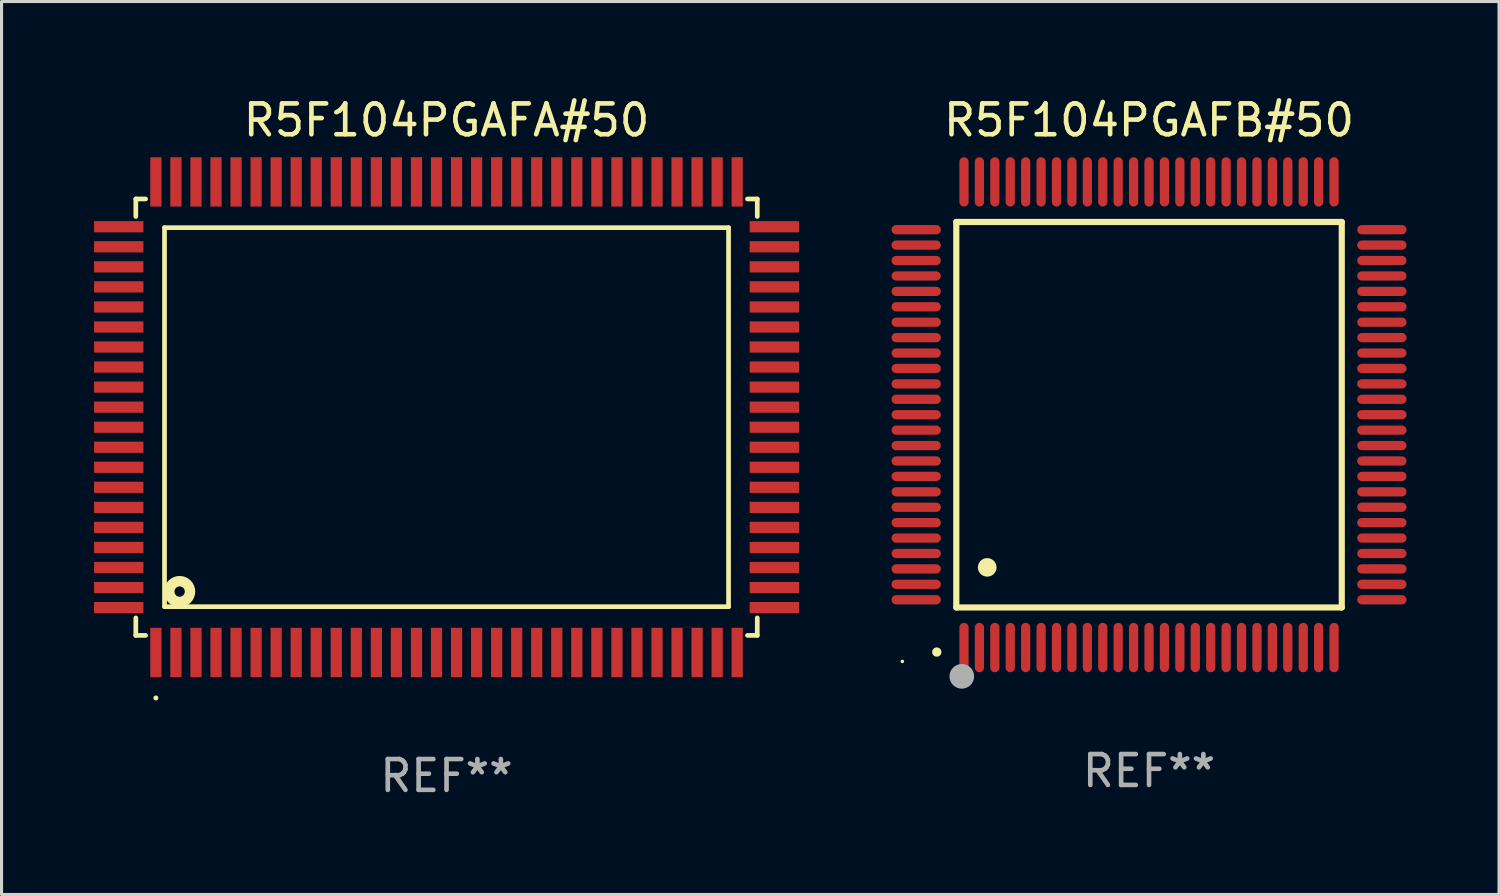
<source format=kicad_pcb>
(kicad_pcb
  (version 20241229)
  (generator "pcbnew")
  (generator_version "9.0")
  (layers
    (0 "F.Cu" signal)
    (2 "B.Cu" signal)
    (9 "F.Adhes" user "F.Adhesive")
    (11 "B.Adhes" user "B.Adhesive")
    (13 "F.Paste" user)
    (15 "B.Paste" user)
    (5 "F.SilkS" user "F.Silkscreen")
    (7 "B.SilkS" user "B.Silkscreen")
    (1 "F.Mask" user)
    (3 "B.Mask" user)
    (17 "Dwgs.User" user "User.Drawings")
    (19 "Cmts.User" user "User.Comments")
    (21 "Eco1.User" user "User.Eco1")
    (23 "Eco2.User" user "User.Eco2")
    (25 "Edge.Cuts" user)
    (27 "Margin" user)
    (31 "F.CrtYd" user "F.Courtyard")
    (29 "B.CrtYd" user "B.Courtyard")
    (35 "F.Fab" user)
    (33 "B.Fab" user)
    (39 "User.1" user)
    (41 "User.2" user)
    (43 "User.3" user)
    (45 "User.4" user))
  (footprint "R5F104PGAFA#50"
    (layer "F.Cu")
    (at 11.43 10.478)
    (property "Reference" "R5F104PGAFA#50" (at 0 -9.63 0) (layer "F.SilkS") (effects (font (size 1 1) (thickness 0.15))))
    (attr through_hole)
    (fp_line (start -10.076 -7.076) (end -10.076 -6.509) (stroke (width 0.152) (type solid)) (layer "F.SilkS"))
    (fp_line (start -10.076 7.076) (end -10.076 6.509) (stroke (width 0.152) (type solid)) (layer "F.SilkS"))
    (fp_line (start -9.759 -7.076) (end -10.076 -7.076) (stroke (width 0.152) (type solid)) (layer "F.SilkS"))
    (fp_line (start -9.759 7.076) (end -10.076 7.076) (stroke (width 0.152) (type solid)) (layer "F.SilkS"))
    (fp_line (start -9.145 -6.145) (end 9.145 -6.145) (stroke (width 0.152) (type solid)) (layer "F.SilkS"))
    (fp_line (start -9.145 6.145) (end -9.145 -6.145) (stroke (width 0.152) (type solid)) (layer "F.SilkS"))
    (fp_line (start 9.145 -6.145) (end 9.145 6.145) (stroke (width 0.152) (type solid)) (layer "F.SilkS"))
    (fp_line (start 9.145 6.145) (end -9.145 6.145) (stroke (width 0.152) (type solid)) (layer "F.SilkS"))
    (fp_line (start 9.759 -7.076) (end 10.076 -7.076) (stroke (width 0.152) (type solid)) (layer "F.SilkS"))
    (fp_line (start 9.759 7.076) (end 10.076 7.076) (stroke (width 0.152) (type solid)) (layer "F.SilkS"))
    (fp_line (start 10.076 -7.076) (end 10.076 -6.509) (stroke (width 0.152) (type solid)) (layer "F.SilkS"))
    (fp_line (start 10.076 7.076) (end 10.076 6.509) (stroke (width 0.152) (type solid)) (layer "F.SilkS"))
    (fp_circle (center -9.425 9.105) (end -9.384 9.105) (stroke (width 0.081) (type solid)) (fill no) (layer "F.SilkS"))
    (fp_circle (center -8.655 5.655) (end -8.487 5.655) (stroke (width 0.338) (type solid)) (fill no) (layer "F.SilkS"))
    (fp_text user "REF**" (at 0 11.63 0) (layer "F.Fab") (effects (font (size 1 1) (thickness 0.15))))
    (pad "1" smd rect (at -9.425 7.63) (size 0.364 1.6) (layers "F.Cu" "F.Mask" "F.Paste"))
    (pad "2" smd rect (at -8.775 7.63) (size 0.364 1.6) (layers "F.Cu" "F.Mask" "F.Paste"))
    (pad "3" smd rect (at -8.125 7.63) (size 0.364 1.6) (layers "F.Cu" "F.Mask" "F.Paste"))
    (pad "4" smd rect (at -7.475 7.63) (size 0.364 1.6) (layers "F.Cu" "F.Mask" "F.Paste"))
    (pad "5" smd rect (at -6.825 7.63) (size 0.364 1.6) (layers "F.Cu" "F.Mask" "F.Paste"))
    (pad "6" smd rect (at -6.175 7.63) (size 0.364 1.6) (layers "F.Cu" "F.Mask" "F.Paste"))
    (pad "7" smd rect (at -5.525 7.63) (size 0.364 1.6) (layers "F.Cu" "F.Mask" "F.Paste"))
    (pad "8" smd rect (at -4.875 7.63) (size 0.364 1.6) (layers "F.Cu" "F.Mask" "F.Paste"))
    (pad "9" smd rect (at -4.225 7.63) (size 0.364 1.6) (layers "F.Cu" "F.Mask" "F.Paste"))
    (pad "10" smd rect (at -3.575 7.63) (size 0.364 1.6) (layers "F.Cu" "F.Mask" "F.Paste"))
    (pad "11" smd rect (at -2.925 7.63) (size 0.364 1.6) (layers "F.Cu" "F.Mask" "F.Paste"))
    (pad "12" smd rect (at -2.275 7.63) (size 0.364 1.6) (layers "F.Cu" "F.Mask" "F.Paste"))
    (pad "13" smd rect (at -1.625 7.63) (size 0.364 1.6) (layers "F.Cu" "F.Mask" "F.Paste"))
    (pad "14" smd rect (at -0.975 7.63) (size 0.364 1.6) (layers "F.Cu" "F.Mask" "F.Paste"))
    (pad "15" smd rect (at -0.325 7.63) (size 0.364 1.6) (layers "F.Cu" "F.Mask" "F.Paste"))
    (pad "16" smd rect (at 0.325 7.63) (size 0.364 1.6) (layers "F.Cu" "F.Mask" "F.Paste"))
    (pad "17" smd rect (at 0.975 7.63) (size 0.364 1.6) (layers "F.Cu" "F.Mask" "F.Paste"))
    (pad "18" smd rect (at 1.625 7.63) (size 0.364 1.6) (layers "F.Cu" "F.Mask" "F.Paste"))
    (pad "19" smd rect (at 2.275 7.63) (size 0.364 1.6) (layers "F.Cu" "F.Mask" "F.Paste"))
    (pad "20" smd rect (at 2.925 7.63) (size 0.364 1.6) (layers "F.Cu" "F.Mask" "F.Paste"))
    (pad "21" smd rect (at 3.575 7.63) (size 0.364 1.6) (layers "F.Cu" "F.Mask" "F.Paste"))
    (pad "22" smd rect (at 4.225 7.63) (size 0.364 1.6) (layers "F.Cu" "F.Mask" "F.Paste"))
    (pad "23" smd rect (at 4.875 7.63) (size 0.364 1.6) (layers "F.Cu" "F.Mask" "F.Paste"))
    (pad "24" smd rect (at 5.525 7.63) (size 0.364 1.6) (layers "F.Cu" "F.Mask" "F.Paste"))
    (pad "25" smd rect (at 6.175 7.63) (size 0.364 1.6) (layers "F.Cu" "F.Mask" "F.Paste"))
    (pad "26" smd rect (at 6.825 7.63) (size 0.364 1.6) (layers "F.Cu" "F.Mask" "F.Paste"))
    (pad "27" smd rect (at 7.475 7.63) (size 0.364 1.6) (layers "F.Cu" "F.Mask" "F.Paste"))
    (pad "28" smd rect (at 8.125 7.63) (size 0.364 1.6) (layers "F.Cu" "F.Mask" "F.Paste"))
    (pad "29" smd rect (at 8.775 7.63) (size 0.364 1.6) (layers "F.Cu" "F.Mask" "F.Paste"))
    (pad "30" smd rect (at 9.425 7.63) (size 0.364 1.6) (layers "F.Cu" "F.Mask" "F.Paste"))
    (pad "31" smd rect (at 10.63 6.175) (size 1.6 0.364) (layers "F.Cu" "F.Mask" "F.Paste"))
    (pad "32" smd rect (at 10.63 5.525) (size 1.6 0.364) (layers "F.Cu" "F.Mask" "F.Paste"))
    (pad "33" smd rect (at 10.63 4.875) (size 1.6 0.364) (layers "F.Cu" "F.Mask" "F.Paste"))
    (pad "34" smd rect (at 10.63 4.225) (size 1.6 0.364) (layers "F.Cu" "F.Mask" "F.Paste"))
    (pad "35" smd rect (at 10.63 3.575) (size 1.6 0.364) (layers "F.Cu" "F.Mask" "F.Paste"))
    (pad "36" smd rect (at 10.63 2.925) (size 1.6 0.364) (layers "F.Cu" "F.Mask" "F.Paste"))
    (pad "37" smd rect (at 10.63 2.275) (size 1.6 0.364) (layers "F.Cu" "F.Mask" "F.Paste"))
    (pad "38" smd rect (at 10.63 1.625) (size 1.6 0.364) (layers "F.Cu" "F.Mask" "F.Paste"))
    (pad "39" smd rect (at 10.63 0.975) (size 1.6 0.364) (layers "F.Cu" "F.Mask" "F.Paste"))
    (pad "40" smd rect (at 10.63 0.325) (size 1.6 0.364) (layers "F.Cu" "F.Mask" "F.Paste"))
    (pad "41" smd rect (at 10.63 -0.325) (size 1.6 0.364) (layers "F.Cu" "F.Mask" "F.Paste"))
    (pad "42" smd rect (at 10.63 -0.975) (size 1.6 0.364) (layers "F.Cu" "F.Mask" "F.Paste"))
    (pad "43" smd rect (at 10.63 -1.625) (size 1.6 0.364) (layers "F.Cu" "F.Mask" "F.Paste"))
    (pad "44" smd rect (at 10.63 -2.275) (size 1.6 0.364) (layers "F.Cu" "F.Mask" "F.Paste"))
    (pad "45" smd rect (at 10.63 -2.925) (size 1.6 0.364) (layers "F.Cu" "F.Mask" "F.Paste"))
    (pad "46" smd rect (at 10.63 -3.575) (size 1.6 0.364) (layers "F.Cu" "F.Mask" "F.Paste"))
    (pad "47" smd rect (at 10.63 -4.225) (size 1.6 0.364) (layers "F.Cu" "F.Mask" "F.Paste"))
    (pad "48" smd rect (at 10.63 -4.875) (size 1.6 0.364) (layers "F.Cu" "F.Mask" "F.Paste"))
    (pad "49" smd rect (at 10.63 -5.525) (size 1.6 0.364) (layers "F.Cu" "F.Mask" "F.Paste"))
    (pad "50" smd rect (at 10.63 -6.175) (size 1.6 0.364) (layers "F.Cu" "F.Mask" "F.Paste"))
    (pad "51" smd rect (at 9.425 -7.63) (size 0.364 1.6) (layers "F.Cu" "F.Mask" "F.Paste"))
    (pad "52" smd rect (at 8.775 -7.63) (size 0.364 1.6) (layers "F.Cu" "F.Mask" "F.Paste"))
    (pad "53" smd rect (at 8.125 -7.63) (size 0.364 1.6) (layers "F.Cu" "F.Mask" "F.Paste"))
    (pad "54" smd rect (at 7.475 -7.63) (size 0.364 1.6) (layers "F.Cu" "F.Mask" "F.Paste"))
    (pad "55" smd rect (at 6.825 -7.63) (size 0.364 1.6) (layers "F.Cu" "F.Mask" "F.Paste"))
    (pad "56" smd rect (at 6.175 -7.63) (size 0.364 1.6) (layers "F.Cu" "F.Mask" "F.Paste"))
    (pad "57" smd rect (at 5.525 -7.63) (size 0.364 1.6) (layers "F.Cu" "F.Mask" "F.Paste"))
    (pad "58" smd rect (at 4.875 -7.63) (size 0.364 1.6) (layers "F.Cu" "F.Mask" "F.Paste"))
    (pad "59" smd rect (at 4.225 -7.63) (size 0.364 1.6) (layers "F.Cu" "F.Mask" "F.Paste"))
    (pad "60" smd rect (at 3.575 -7.63) (size 0.364 1.6) (layers "F.Cu" "F.Mask" "F.Paste"))
    (pad "61" smd rect (at 2.925 -7.63) (size 0.364 1.6) (layers "F.Cu" "F.Mask" "F.Paste"))
    (pad "62" smd rect (at 2.275 -7.63) (size 0.364 1.6) (layers "F.Cu" "F.Mask" "F.Paste"))
    (pad "63" smd rect (at 1.625 -7.63) (size 0.364 1.6) (layers "F.Cu" "F.Mask" "F.Paste"))
    (pad "64" smd rect (at 0.975 -7.63) (size 0.364 1.6) (layers "F.Cu" "F.Mask" "F.Paste"))
    (pad "65" smd rect (at 0.325 -7.63) (size 0.364 1.6) (layers "F.Cu" "F.Mask" "F.Paste"))
    (pad "66" smd rect (at -0.325 -7.63) (size 0.364 1.6) (layers "F.Cu" "F.Mask" "F.Paste"))
    (pad "67" smd rect (at -0.975 -7.63) (size 0.364 1.6) (layers "F.Cu" "F.Mask" "F.Paste"))
    (pad "68" smd rect (at -1.625 -7.63) (size 0.364 1.6) (layers "F.Cu" "F.Mask" "F.Paste"))
    (pad "69" smd rect (at -2.275 -7.63) (size 0.364 1.6) (layers "F.Cu" "F.Mask" "F.Paste"))
    (pad "70" smd rect (at -2.925 -7.63) (size 0.364 1.6) (layers "F.Cu" "F.Mask" "F.Paste"))
    (pad "71" smd rect (at -3.575 -7.63) (size 0.364 1.6) (layers "F.Cu" "F.Mask" "F.Paste"))
    (pad "72" smd rect (at -4.225 -7.63) (size 0.364 1.6) (layers "F.Cu" "F.Mask" "F.Paste"))
    (pad "73" smd rect (at -4.875 -7.63) (size 0.364 1.6) (layers "F.Cu" "F.Mask" "F.Paste"))
    (pad "74" smd rect (at -5.525 -7.63) (size 0.364 1.6) (layers "F.Cu" "F.Mask" "F.Paste"))
    (pad "75" smd rect (at -6.175 -7.63) (size 0.364 1.6) (layers "F.Cu" "F.Mask" "F.Paste"))
    (pad "76" smd rect (at -6.825 -7.63) (size 0.364 1.6) (layers "F.Cu" "F.Mask" "F.Paste"))
    (pad "77" smd rect (at -7.475 -7.63) (size 0.364 1.6) (layers "F.Cu" "F.Mask" "F.Paste"))
    (pad "78" smd rect (at -8.125 -7.63) (size 0.364 1.6) (layers "F.Cu" "F.Mask" "F.Paste"))
    (pad "79" smd rect (at -8.775 -7.63) (size 0.364 1.6) (layers "F.Cu" "F.Mask" "F.Paste"))
    (pad "80" smd rect (at -9.425 -7.63) (size 0.364 1.6) (layers "F.Cu" "F.Mask" "F.Paste"))
    (pad "81" smd rect (at -10.63 -6.175) (size 1.6 0.364) (layers "F.Cu" "F.Mask" "F.Paste"))
    (pad "82" smd rect (at -10.63 -5.525) (size 1.6 0.364) (layers "F.Cu" "F.Mask" "F.Paste"))
    (pad "83" smd rect (at -10.63 -4.875) (size 1.6 0.364) (layers "F.Cu" "F.Mask" "F.Paste"))
    (pad "84" smd rect (at -10.63 -4.225) (size 1.6 0.364) (layers "F.Cu" "F.Mask" "F.Paste"))
    (pad "85" smd rect (at -10.63 -3.575) (size 1.6 0.364) (layers "F.Cu" "F.Mask" "F.Paste"))
    (pad "86" smd rect (at -10.63 -2.925) (size 1.6 0.364) (layers "F.Cu" "F.Mask" "F.Paste"))
    (pad "87" smd rect (at -10.63 -2.275) (size 1.6 0.364) (layers "F.Cu" "F.Mask" "F.Paste"))
    (pad "88" smd rect (at -10.63 -1.625) (size 1.6 0.364) (layers "F.Cu" "F.Mask" "F.Paste"))
    (pad "89" smd rect (at -10.63 -0.975) (size 1.6 0.364) (layers "F.Cu" "F.Mask" "F.Paste"))
    (pad "90" smd rect (at -10.63 -0.325) (size 1.6 0.364) (layers "F.Cu" "F.Mask" "F.Paste"))
    (pad "91" smd rect (at -10.63 0.325) (size 1.6 0.364) (layers "F.Cu" "F.Mask" "F.Paste"))
    (pad "92" smd rect (at -10.63 0.975) (size 1.6 0.364) (layers "F.Cu" "F.Mask" "F.Paste"))
    (pad "93" smd rect (at -10.63 1.625) (size 1.6 0.364) (layers "F.Cu" "F.Mask" "F.Paste"))
    (pad "94" smd rect (at -10.63 2.275) (size 1.6 0.364) (layers "F.Cu" "F.Mask" "F.Paste"))
    (pad "95" smd rect (at -10.63 2.925) (size 1.6 0.364) (layers "F.Cu" "F.Mask" "F.Paste"))
    (pad "96" smd rect (at -10.63 3.575) (size 1.6 0.364) (layers "F.Cu" "F.Mask" "F.Paste"))
    (pad "97" smd rect (at -10.63 4.225) (size 1.6 0.364) (layers "F.Cu" "F.Mask" "F.Paste"))
    (pad "98" smd rect (at -10.63 4.875) (size 1.6 0.364) (layers "F.Cu" "F.Mask" "F.Paste"))
    (pad "99" smd rect (at -10.63 5.525) (size 1.6 0.364) (layers "F.Cu" "F.Mask" "F.Paste"))
    (pad "100" smd rect (at -10.63 6.175) (size 1.6 0.364) (layers "F.Cu" "F.Mask" "F.Paste")))
  (footprint "R5F104PGAFB#50"
    (layer "F.Cu")
    (at 34.21 10.398)
    (property "Reference" "R5F104PGAFB#50" (at 0 -9.55 0) (layer "F.SilkS") (effects (font (size 1 1) (thickness 0.15))))
    (attr through_hole)
    (fp_line (start -6.25 -6.25) (end -6.25 6.25) (stroke (width 0.2) (type solid)) (layer "F.SilkS"))
    (fp_line (start -6.25 6.25) (end 6.25 6.25) (stroke (width 0.2) (type solid)) (layer "F.SilkS"))
    (fp_line (start 6.25 -6.25) (end -6.25 -6.25) (stroke (width 0.2) (type solid)) (layer "F.SilkS"))
    (fp_line (start 6.25 6.25) (end 6.25 -6.25) (stroke (width 0.2) (type solid)) (layer "F.SilkS"))
    (fp_arc (start -6.883414 7.696215) (mid -6.882144 7.69621) (end -6.880874 7.696215) (stroke (width 0.3) (type solid)) (layer "F.SilkS"))
    (fp_arc (start -5.250191 4.95047) (mid -5.247651 4.950459) (end -5.245111 4.95047) (stroke (width 0.6) (type solid)) (layer "F.SilkS"))
    (fp_circle (center -8 8) (end -7.97 8) (stroke (width 0.06) (type solid)) (fill no) (layer "F.SilkS"))
    (fp_circle (center -6.071 8.484) (end -5.871 8.484) (stroke (width 0.4) (type solid)) (fill no) (layer "F.Fab"))
    (fp_text user "REF**" (at 0 11.55 0) (layer "F.Fab") (effects (font (size 1 1) (thickness 0.15))))
    (pad "1" smd oval (at -6 7.55) (size 0.3 1.6) (layers "F.Cu" "F.Mask" "F.Paste"))
    (pad "2" smd oval (at -5.5 7.55) (size 0.3 1.6) (layers "F.Cu" "F.Mask" "F.Paste"))
    (pad "3" smd oval (at -5 7.55) (size 0.3 1.6) (layers "F.Cu" "F.Mask" "F.Paste"))
    (pad "4" smd oval (at -4.5 7.55) (size 0.3 1.6) (layers "F.Cu" "F.Mask" "F.Paste"))
    (pad "5" smd oval (at -4 7.55) (size 0.3 1.6) (layers "F.Cu" "F.Mask" "F.Paste"))
    (pad "6" smd oval (at -3.5 7.55) (size 0.3 1.6) (layers "F.Cu" "F.Mask" "F.Paste"))
    (pad "7" smd oval (at -3 7.55) (size 0.3 1.6) (layers "F.Cu" "F.Mask" "F.Paste"))
    (pad "8" smd oval (at -2.5 7.55) (size 0.3 1.6) (layers "F.Cu" "F.Mask" "F.Paste"))
    (pad "9" smd oval (at -2 7.55) (size 0.3 1.6) (layers "F.Cu" "F.Mask" "F.Paste"))
    (pad "10" smd oval (at -1.5 7.55) (size 0.3 1.6) (layers "F.Cu" "F.Mask" "F.Paste"))
    (pad "11" smd oval (at -1 7.55) (size 0.3 1.6) (layers "F.Cu" "F.Mask" "F.Paste"))
    (pad "12" smd oval (at -0.5 7.55) (size 0.3 1.6) (layers "F.Cu" "F.Mask" "F.Paste"))
    (pad "13" smd oval (at 0 7.55) (size 0.3 1.6) (layers "F.Cu" "F.Mask" "F.Paste"))
    (pad "14" smd oval (at 0.5 7.55) (size 0.3 1.6) (layers "F.Cu" "F.Mask" "F.Paste"))
    (pad "15" smd oval (at 1 7.55) (size 0.3 1.6) (layers "F.Cu" "F.Mask" "F.Paste"))
    (pad "16" smd oval (at 1.5 7.55) (size 0.3 1.6) (layers "F.Cu" "F.Mask" "F.Paste"))
    (pad "17" smd oval (at 2 7.55) (size 0.3 1.6) (layers "F.Cu" "F.Mask" "F.Paste"))
    (pad "18" smd oval (at 2.5 7.55) (size 0.3 1.6) (layers "F.Cu" "F.Mask" "F.Paste"))
    (pad "19" smd oval (at 3 7.55) (size 0.3 1.6) (layers "F.Cu" "F.Mask" "F.Paste"))
    (pad "20" smd oval (at 3.5 7.55) (size 0.3 1.6) (layers "F.Cu" "F.Mask" "F.Paste"))
    (pad "21" smd oval (at 4 7.55) (size 0.3 1.6) (layers "F.Cu" "F.Mask" "F.Paste"))
    (pad "22" smd oval (at 4.5 7.55) (size 0.3 1.6) (layers "F.Cu" "F.Mask" "F.Paste"))
    (pad "23" smd oval (at 5 7.55) (size 0.3 1.6) (layers "F.Cu" "F.Mask" "F.Paste"))
    (pad "24" smd oval (at 5.5 7.55) (size 0.3 1.6) (layers "F.Cu" "F.Mask" "F.Paste"))
    (pad "25" smd oval (at 6 7.55) (size 0.3 1.6) (layers "F.Cu" "F.Mask" "F.Paste"))
    (pad "26" smd oval (at 7.55 6) (size 1.6 0.3) (layers "F.Cu" "F.Mask" "F.Paste"))
    (pad "27" smd oval (at 7.55 5.5) (size 1.6 0.3) (layers "F.Cu" "F.Mask" "F.Paste"))
    (pad "28" smd oval (at 7.55 5) (size 1.6 0.3) (layers "F.Cu" "F.Mask" "F.Paste"))
    (pad "29" smd oval (at 7.55 4.5) (size 1.6 0.3) (layers "F.Cu" "F.Mask" "F.Paste"))
    (pad "30" smd oval (at 7.55 4) (size 1.6 0.3) (layers "F.Cu" "F.Mask" "F.Paste"))
    (pad "31" smd oval (at 7.55 3.5) (size 1.6 0.3) (layers "F.Cu" "F.Mask" "F.Paste"))
    (pad "32" smd oval (at 7.55 3) (size 1.6 0.3) (layers "F.Cu" "F.Mask" "F.Paste"))
    (pad "33" smd oval (at 7.55 2.5) (size 1.6 0.3) (layers "F.Cu" "F.Mask" "F.Paste"))
    (pad "34" smd oval (at 7.55 2) (size 1.6 0.3) (layers "F.Cu" "F.Mask" "F.Paste"))
    (pad "35" smd oval (at 7.55 1.5) (size 1.6 0.3) (layers "F.Cu" "F.Mask" "F.Paste"))
    (pad "36" smd oval (at 7.55 1) (size 1.6 0.3) (layers "F.Cu" "F.Mask" "F.Paste"))
    (pad "37" smd oval (at 7.55 0.5) (size 1.6 0.3) (layers "F.Cu" "F.Mask" "F.Paste"))
    (pad "38" smd oval (at 7.55 0) (size 1.6 0.3) (layers "F.Cu" "F.Mask" "F.Paste"))
    (pad "39" smd oval (at 7.55 -0.5) (size 1.6 0.3) (layers "F.Cu" "F.Mask" "F.Paste"))
    (pad "40" smd oval (at 7.55 -1) (size 1.6 0.3) (layers "F.Cu" "F.Mask" "F.Paste"))
    (pad "41" smd oval (at 7.55 -1.5) (size 1.6 0.3) (layers "F.Cu" "F.Mask" "F.Paste"))
    (pad "42" smd oval (at 7.55 -2) (size 1.6 0.3) (layers "F.Cu" "F.Mask" "F.Paste"))
    (pad "43" smd oval (at 7.55 -2.5) (size 1.6 0.3) (layers "F.Cu" "F.Mask" "F.Paste"))
    (pad "44" smd oval (at 7.55 -3) (size 1.6 0.3) (layers "F.Cu" "F.Mask" "F.Paste"))
    (pad "45" smd oval (at 7.55 -3.5) (size 1.6 0.3) (layers "F.Cu" "F.Mask" "F.Paste"))
    (pad "46" smd oval (at 7.55 -4) (size 1.6 0.3) (layers "F.Cu" "F.Mask" "F.Paste"))
    (pad "47" smd oval (at 7.55 -4.5) (size 1.6 0.3) (layers "F.Cu" "F.Mask" "F.Paste"))
    (pad "48" smd oval (at 7.55 -5) (size 1.6 0.3) (layers "F.Cu" "F.Mask" "F.Paste"))
    (pad "49" smd oval (at 7.55 -5.5) (size 1.6 0.3) (layers "F.Cu" "F.Mask" "F.Paste"))
    (pad "50" smd oval (at 7.55 -6) (size 1.6 0.3) (layers "F.Cu" "F.Mask" "F.Paste"))
    (pad "51" smd oval (at 6 -7.55) (size 0.3 1.6) (layers "F.Cu" "F.Mask" "F.Paste"))
    (pad "52" smd oval (at 5.5 -7.55) (size 0.3 1.6) (layers "F.Cu" "F.Mask" "F.Paste"))
    (pad "53" smd oval (at 5 -7.55) (size 0.3 1.6) (layers "F.Cu" "F.Mask" "F.Paste"))
    (pad "54" smd oval (at 4.5 -7.55) (size 0.3 1.6) (layers "F.Cu" "F.Mask" "F.Paste"))
    (pad "55" smd oval (at 4 -7.55) (size 0.3 1.6) (layers "F.Cu" "F.Mask" "F.Paste"))
    (pad "56" smd oval (at 3.5 -7.55) (size 0.3 1.6) (layers "F.Cu" "F.Mask" "F.Paste"))
    (pad "57" smd oval (at 3 -7.55) (size 0.3 1.6) (layers "F.Cu" "F.Mask" "F.Paste"))
    (pad "58" smd oval (at 2.5 -7.55) (size 0.3 1.6) (layers "F.Cu" "F.Mask" "F.Paste"))
    (pad "59" smd oval (at 2 -7.55) (size 0.3 1.6) (layers "F.Cu" "F.Mask" "F.Paste"))
    (pad "60" smd oval (at 1.5 -7.55) (size 0.3 1.6) (layers "F.Cu" "F.Mask" "F.Paste"))
    (pad "61" smd oval (at 1 -7.55) (size 0.3 1.6) (layers "F.Cu" "F.Mask" "F.Paste"))
    (pad "62" smd oval (at 0.5 -7.55) (size 0.3 1.6) (layers "F.Cu" "F.Mask" "F.Paste"))
    (pad "63" smd oval (at 0 -7.55) (size 0.3 1.6) (layers "F.Cu" "F.Mask" "F.Paste"))
    (pad "64" smd oval (at -0.5 -7.55) (size 0.3 1.6) (layers "F.Cu" "F.Mask" "F.Paste"))
    (pad "65" smd oval (at -1 -7.55) (size 0.3 1.6) (layers "F.Cu" "F.Mask" "F.Paste"))
    (pad "66" smd oval (at -1.5 -7.55) (size 0.3 1.6) (layers "F.Cu" "F.Mask" "F.Paste"))
    (pad "67" smd oval (at -2 -7.55) (size 0.3 1.6) (layers "F.Cu" "F.Mask" "F.Paste"))
    (pad "68" smd oval (at -2.5 -7.55) (size 0.3 1.6) (layers "F.Cu" "F.Mask" "F.Paste"))
    (pad "69" smd oval (at -3 -7.55) (size 0.3 1.6) (layers "F.Cu" "F.Mask" "F.Paste"))
    (pad "70" smd oval (at -3.5 -7.55) (size 0.3 1.6) (layers "F.Cu" "F.Mask" "F.Paste"))
    (pad "71" smd oval (at -4 -7.55) (size 0.3 1.6) (layers "F.Cu" "F.Mask" "F.Paste"))
    (pad "72" smd oval (at -4.5 -7.55) (size 0.3 1.6) (layers "F.Cu" "F.Mask" "F.Paste"))
    (pad "73" smd oval (at -5 -7.55) (size 0.3 1.6) (layers "F.Cu" "F.Mask" "F.Paste"))
    (pad "74" smd oval (at -5.5 -7.55) (size 0.3 1.6) (layers "F.Cu" "F.Mask" "F.Paste"))
    (pad "75" smd oval (at -6 -7.55) (size 0.3 1.6) (layers "F.Cu" "F.Mask" "F.Paste"))
    (pad "76" smd oval (at -7.55 -6) (size 1.6 0.3) (layers "F.Cu" "F.Mask" "F.Paste"))
    (pad "77" smd oval (at -7.55 -5.5) (size 1.6 0.3) (layers "F.Cu" "F.Mask" "F.Paste"))
    (pad "78" smd oval (at -7.55 -5) (size 1.6 0.3) (layers "F.Cu" "F.Mask" "F.Paste"))
    (pad "79" smd oval (at -7.55 -4.5) (size 1.6 0.3) (layers "F.Cu" "F.Mask" "F.Paste"))
    (pad "80" smd oval (at -7.55 -4) (size 1.6 0.3) (layers "F.Cu" "F.Mask" "F.Paste"))
    (pad "81" smd oval (at -7.55 -3.5) (size 1.6 0.3) (layers "F.Cu" "F.Mask" "F.Paste"))
    (pad "82" smd oval (at -7.55 -3) (size 1.6 0.3) (layers "F.Cu" "F.Mask" "F.Paste"))
    (pad "83" smd oval (at -7.55 -2.5) (size 1.6 0.3) (layers "F.Cu" "F.Mask" "F.Paste"))
    (pad "84" smd oval (at -7.55 -2) (size 1.6 0.3) (layers "F.Cu" "F.Mask" "F.Paste"))
    (pad "85" smd oval (at -7.55 -1.5) (size 1.6 0.3) (layers "F.Cu" "F.Mask" "F.Paste"))
    (pad "86" smd oval (at -7.55 -1) (size 1.6 0.3) (layers "F.Cu" "F.Mask" "F.Paste"))
    (pad "87" smd oval (at -7.55 -0.5) (size 1.6 0.3) (layers "F.Cu" "F.Mask" "F.Paste"))
    (pad "88" smd oval (at -7.55 0) (size 1.6 0.3) (layers "F.Cu" "F.Mask" "F.Paste"))
    (pad "89" smd oval (at -7.55 0.5) (size 1.6 0.3) (layers "F.Cu" "F.Mask" "F.Paste"))
    (pad "90" smd oval (at -7.55 1) (size 1.6 0.3) (layers "F.Cu" "F.Mask" "F.Paste"))
    (pad "91" smd oval (at -7.55 1.5) (size 1.6 0.3) (layers "F.Cu" "F.Mask" "F.Paste"))
    (pad "92" smd oval (at -7.55 2) (size 1.6 0.3) (layers "F.Cu" "F.Mask" "F.Paste"))
    (pad "93" smd oval (at -7.55 2.5) (size 1.6 0.3) (layers "F.Cu" "F.Mask" "F.Paste"))
    (pad "94" smd oval (at -7.55 3) (size 1.6 0.3) (layers "F.Cu" "F.Mask" "F.Paste"))
    (pad "95" smd oval (at -7.55 3.5) (size 1.6 0.3) (layers "F.Cu" "F.Mask" "F.Paste"))
    (pad "96" smd oval (at -7.55 4) (size 1.6 0.3) (layers "F.Cu" "F.Mask" "F.Paste"))
    (pad "97" smd oval (at -7.55 4.5) (size 1.6 0.3) (layers "F.Cu" "F.Mask" "F.Paste"))
    (pad "98" smd oval (at -7.55 5) (size 1.6 0.3) (layers "F.Cu" "F.Mask" "F.Paste"))
    (pad "99" smd oval (at -7.55 5.5) (size 1.6 0.3) (layers "F.Cu" "F.Mask" "F.Paste"))
    (pad "100" smd oval (at -7.55 6) (size 1.6 0.3) (layers "F.Cu" "F.Mask" "F.Paste")))
  (gr_rect
    (start -3 -3)
    (end 45.56 25.956)
    (stroke (width 0.1) (type default))
    (fill no)
    (layer "Edge.Cuts")))
</source>
